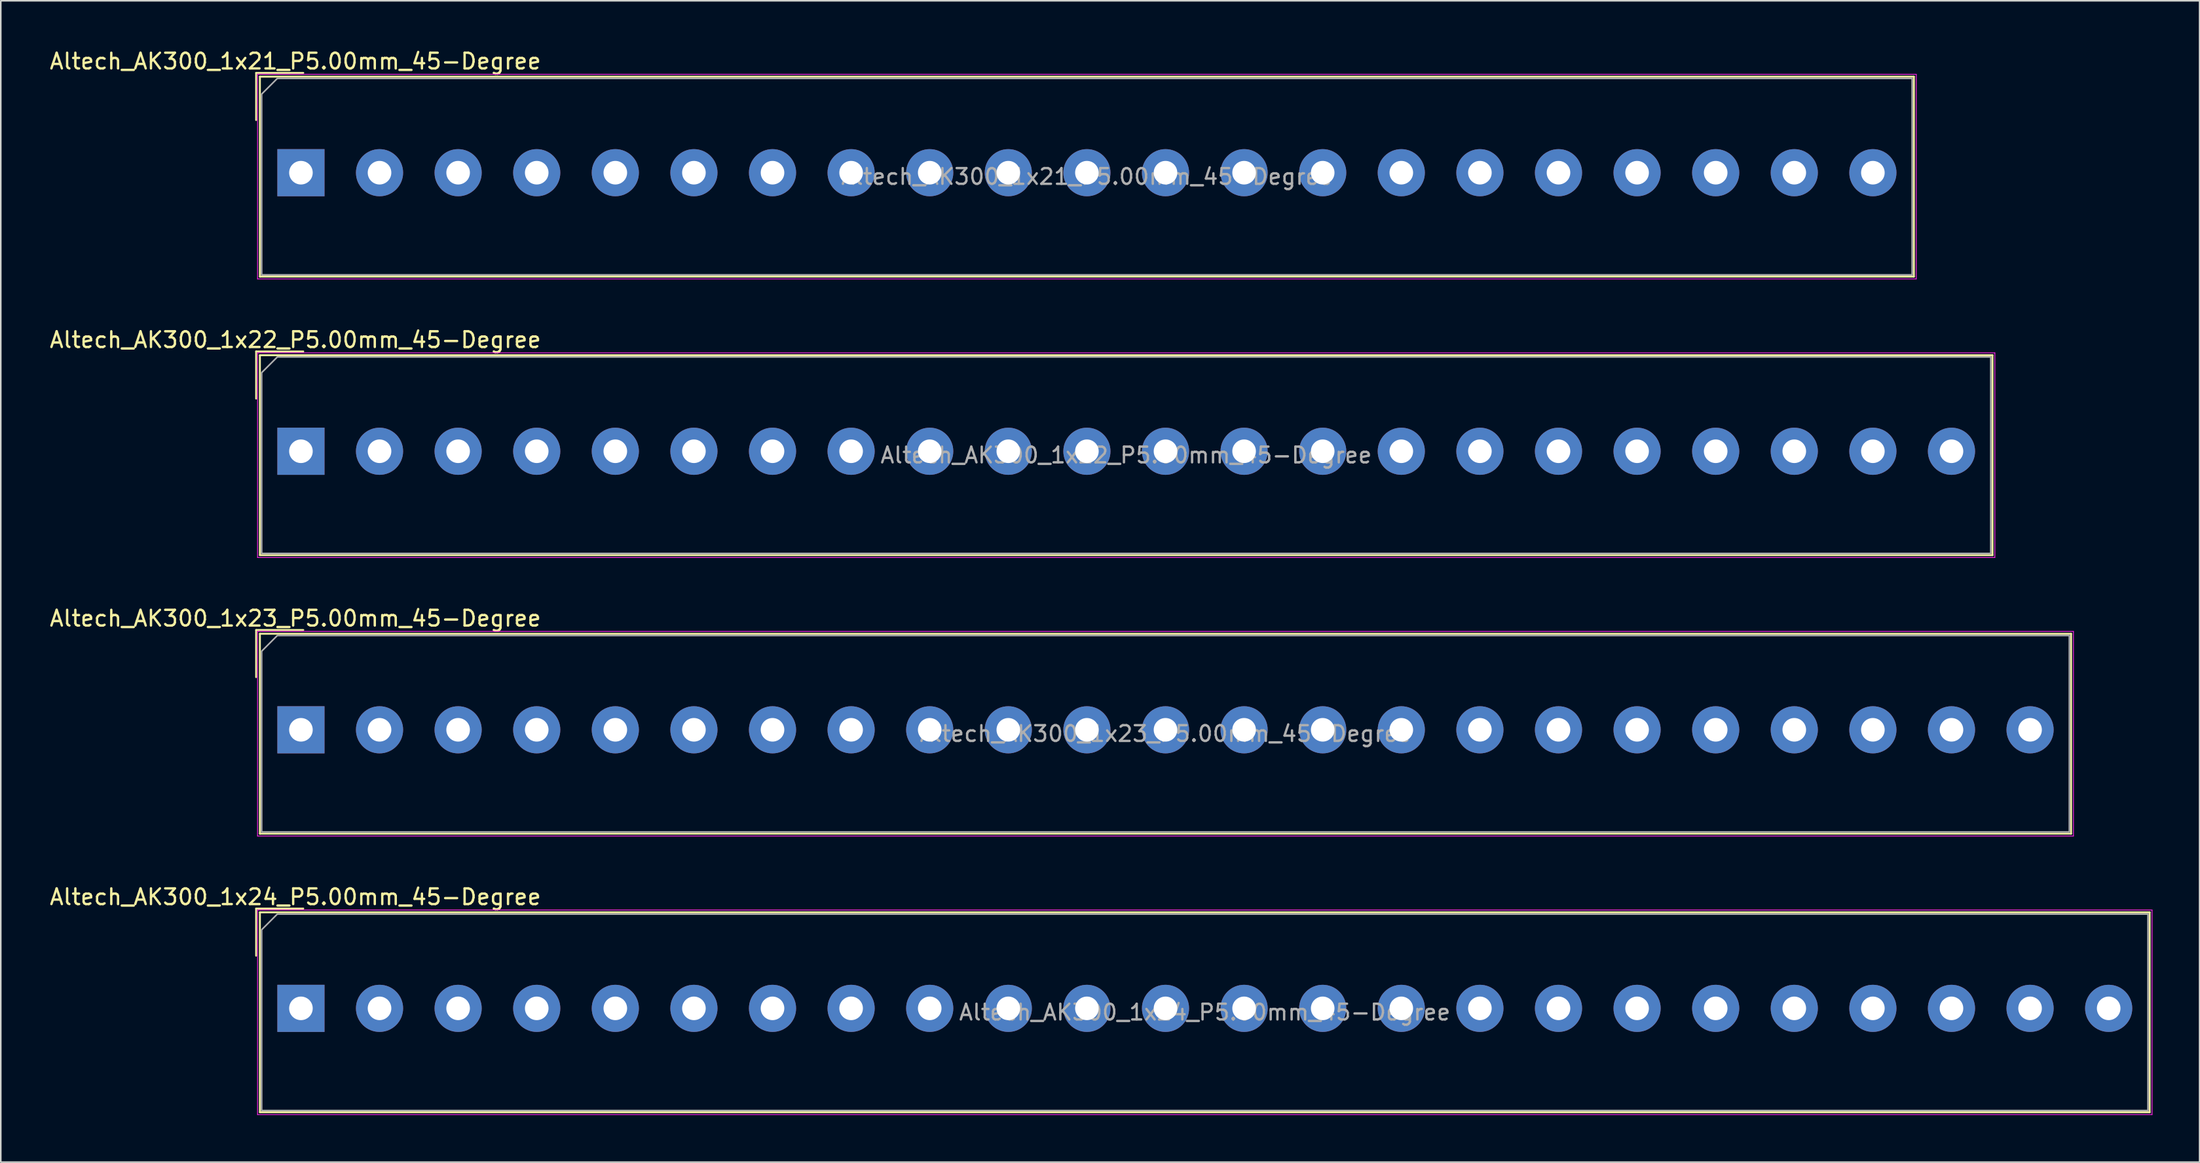
<source format=kicad_pcb>
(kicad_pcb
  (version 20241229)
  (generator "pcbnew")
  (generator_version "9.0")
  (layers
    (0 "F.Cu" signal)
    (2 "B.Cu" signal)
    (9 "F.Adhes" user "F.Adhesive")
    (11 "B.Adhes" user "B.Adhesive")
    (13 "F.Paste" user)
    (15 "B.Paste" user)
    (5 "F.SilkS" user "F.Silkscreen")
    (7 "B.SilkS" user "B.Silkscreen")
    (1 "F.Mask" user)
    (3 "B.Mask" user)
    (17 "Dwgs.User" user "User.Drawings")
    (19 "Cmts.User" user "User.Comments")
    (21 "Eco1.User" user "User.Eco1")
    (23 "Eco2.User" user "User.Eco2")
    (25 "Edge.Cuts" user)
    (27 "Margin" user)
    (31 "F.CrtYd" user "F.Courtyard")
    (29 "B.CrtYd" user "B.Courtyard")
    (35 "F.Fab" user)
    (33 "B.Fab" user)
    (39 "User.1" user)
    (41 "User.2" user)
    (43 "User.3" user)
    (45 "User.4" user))
  (footprint "Altech_AK300_1x23_P5.00mm_45-Degree"
    (layer "F.Cu")
    (at 16.094 43.385)
    (property "Reference" "Altech_AK300_1x23_P5.00mm_45-Degree" (at -0.35 -7.09 0) (layer "F.SilkS") (effects (font (size 1 1) (thickness 0.15))))
    (attr through_hole)
    (fp_line (start -2.85 -6.35) (end 0.15 -6.35) (stroke (width 0.12) (type solid)) (layer "F.SilkS"))
    (fp_line (start -2.85 -3.35) (end -2.85 -6.35) (stroke (width 0.12) (type solid)) (layer "F.SilkS"))
    (fp_line (start -2.61 -6.11) (end -2.61 6.61) (stroke (width 0.12) (type solid)) (layer "F.SilkS"))
    (fp_line (start -2.61 -6.11) (end 112.61 -6.11) (stroke (width 0.12) (type solid)) (layer "F.SilkS"))
    (fp_line (start -2.61 6.61) (end 112.61 6.61) (stroke (width 0.12) (type solid)) (layer "F.SilkS"))
    (fp_line (start 112.61 -6.11) (end 112.61 6.61) (stroke (width 0.12) (type solid)) (layer "F.SilkS"))
    (fp_line (start -2.76 -6.26) (end -2.76 6.76) (stroke (width 0.05) (type solid)) (layer "F.CrtYd"))
    (fp_line (start -2.76 6.76) (end 112.76 6.76) (stroke (width 0.05) (type solid)) (layer "F.CrtYd"))
    (fp_line (start 112.76 -6.26) (end -2.76 -6.26) (stroke (width 0.05) (type solid)) (layer "F.CrtYd"))
    (fp_line (start 112.76 6.76) (end 112.76 -6.26) (stroke (width 0.05) (type solid)) (layer "F.CrtYd"))
    (fp_poly (pts (xy -2.5 -5) (xy -2.5 6.5) (xy 112.5 6.5) (xy 112.5 -6) (xy -1.5 -6)) (stroke (width 0.1) (type solid)) (fill no) (layer "F.Fab"))
    (fp_text user "${REFERENCE}" (at 55 0.25 0) (layer "F.Fab") (effects (font (size 1 1) (thickness 0.15))))
    (pad "1" thru_hole rect (at 0 0) (size 3 3) (drill 1.5) (layers "*.Cu" "*.Mask"))
    (pad "2" thru_hole circle (at 5 0) (size 3 3) (drill 1.5) (layers "*.Cu" "*.Mask"))
    (pad "3" thru_hole circle (at 10 0) (size 3 3) (drill 1.5) (layers "*.Cu" "*.Mask"))
    (pad "4" thru_hole circle (at 15 0) (size 3 3) (drill 1.5) (layers "*.Cu" "*.Mask"))
    (pad "5" thru_hole circle (at 20 0) (size 3 3) (drill 1.5) (layers "*.Cu" "*.Mask"))
    (pad "6" thru_hole circle (at 25 0) (size 3 3) (drill 1.5) (layers "*.Cu" "*.Mask"))
    (pad "7" thru_hole circle (at 30 0) (size 3 3) (drill 1.5) (layers "*.Cu" "*.Mask"))
    (pad "8" thru_hole circle (at 35 0) (size 3 3) (drill 1.5) (layers "*.Cu" "*.Mask"))
    (pad "9" thru_hole circle (at 40 0) (size 3 3) (drill 1.5) (layers "*.Cu" "*.Mask"))
    (pad "10" thru_hole circle (at 45 0) (size 3 3) (drill 1.5) (layers "*.Cu" "*.Mask"))
    (pad "11" thru_hole circle (at 50 0) (size 3 3) (drill 1.5) (layers "*.Cu" "*.Mask"))
    (pad "12" thru_hole circle (at 55 0) (size 3 3) (drill 1.5) (layers "*.Cu" "*.Mask"))
    (pad "13" thru_hole circle (at 60 0) (size 3 3) (drill 1.5) (layers "*.Cu" "*.Mask"))
    (pad "14" thru_hole circle (at 65 0) (size 3 3) (drill 1.5) (layers "*.Cu" "*.Mask"))
    (pad "15" thru_hole circle (at 70 0) (size 3 3) (drill 1.5) (layers "*.Cu" "*.Mask"))
    (pad "16" thru_hole circle (at 75 0) (size 3 3) (drill 1.5) (layers "*.Cu" "*.Mask"))
    (pad "17" thru_hole circle (at 80 0) (size 3 3) (drill 1.5) (layers "*.Cu" "*.Mask"))
    (pad "18" thru_hole circle (at 85 0) (size 3 3) (drill 1.5) (layers "*.Cu" "*.Mask"))
    (pad "19" thru_hole circle (at 90 0) (size 3 3) (drill 1.5) (layers "*.Cu" "*.Mask"))
    (pad "20" thru_hole circle (at 95 0) (size 3 3) (drill 1.5) (layers "*.Cu" "*.Mask"))
    (pad "21" thru_hole circle (at 100 0) (size 3 3) (drill 1.5) (layers "*.Cu" "*.Mask"))
    (pad "22" thru_hole circle (at 105 0) (size 3 3) (drill 1.5) (layers "*.Cu" "*.Mask"))
    (pad "23" thru_hole circle (at 110 0) (size 3 3) (drill 1.5) (layers "*.Cu" "*.Mask")))
  (footprint "Altech_AK300_1x21_P5.00mm_45-Degree"
    (layer "F.Cu")
    (at 16.094 7.938)
    (property "Reference" "Altech_AK300_1x21_P5.00mm_45-Degree" (at -0.35 -7.09 0) (layer "F.SilkS") (effects (font (size 1 1) (thickness 0.15))))
    (attr through_hole)
    (fp_line (start -2.85 -6.35) (end 0.15 -6.35) (stroke (width 0.12) (type solid)) (layer "F.SilkS"))
    (fp_line (start -2.85 -3.35) (end -2.85 -6.35) (stroke (width 0.12) (type solid)) (layer "F.SilkS"))
    (fp_line (start -2.61 -6.11) (end -2.61 6.61) (stroke (width 0.12) (type solid)) (layer "F.SilkS"))
    (fp_line (start -2.61 -6.11) (end 102.61 -6.11) (stroke (width 0.12) (type solid)) (layer "F.SilkS"))
    (fp_line (start -2.61 6.61) (end 102.61 6.61) (stroke (width 0.12) (type solid)) (layer "F.SilkS"))
    (fp_line (start 102.61 -6.11) (end 102.61 6.61) (stroke (width 0.12) (type solid)) (layer "F.SilkS"))
    (fp_line (start -2.76 -6.26) (end -2.76 6.76) (stroke (width 0.05) (type solid)) (layer "F.CrtYd"))
    (fp_line (start -2.76 6.76) (end 102.76 6.76) (stroke (width 0.05) (type solid)) (layer "F.CrtYd"))
    (fp_line (start 102.76 -6.26) (end -2.76 -6.26) (stroke (width 0.05) (type solid)) (layer "F.CrtYd"))
    (fp_line (start 102.76 6.76) (end 102.76 -6.26) (stroke (width 0.05) (type solid)) (layer "F.CrtYd"))
    (fp_poly (pts (xy -2.5 -5) (xy -2.5 6.5) (xy 102.5 6.5) (xy 102.5 -6) (xy -1.5 -6)) (stroke (width 0.1) (type solid)) (fill no) (layer "F.Fab"))
    (fp_text user "${REFERENCE}" (at 50 0.25 0) (layer "F.Fab") (effects (font (size 1 1) (thickness 0.15))))
    (pad "1" thru_hole rect (at 0 0) (size 3 3) (drill 1.5) (layers "*.Cu" "*.Mask"))
    (pad "2" thru_hole circle (at 5 0) (size 3 3) (drill 1.5) (layers "*.Cu" "*.Mask"))
    (pad "3" thru_hole circle (at 10 0) (size 3 3) (drill 1.5) (layers "*.Cu" "*.Mask"))
    (pad "4" thru_hole circle (at 15 0) (size 3 3) (drill 1.5) (layers "*.Cu" "*.Mask"))
    (pad "5" thru_hole circle (at 20 0) (size 3 3) (drill 1.5) (layers "*.Cu" "*.Mask"))
    (pad "6" thru_hole circle (at 25 0) (size 3 3) (drill 1.5) (layers "*.Cu" "*.Mask"))
    (pad "7" thru_hole circle (at 30 0) (size 3 3) (drill 1.5) (layers "*.Cu" "*.Mask"))
    (pad "8" thru_hole circle (at 35 0) (size 3 3) (drill 1.5) (layers "*.Cu" "*.Mask"))
    (pad "9" thru_hole circle (at 40 0) (size 3 3) (drill 1.5) (layers "*.Cu" "*.Mask"))
    (pad "10" thru_hole circle (at 45 0) (size 3 3) (drill 1.5) (layers "*.Cu" "*.Mask"))
    (pad "11" thru_hole circle (at 50 0) (size 3 3) (drill 1.5) (layers "*.Cu" "*.Mask"))
    (pad "12" thru_hole circle (at 55 0) (size 3 3) (drill 1.5) (layers "*.Cu" "*.Mask"))
    (pad "13" thru_hole circle (at 60 0) (size 3 3) (drill 1.5) (layers "*.Cu" "*.Mask"))
    (pad "14" thru_hole circle (at 65 0) (size 3 3) (drill 1.5) (layers "*.Cu" "*.Mask"))
    (pad "15" thru_hole circle (at 70 0) (size 3 3) (drill 1.5) (layers "*.Cu" "*.Mask"))
    (pad "16" thru_hole circle (at 75 0) (size 3 3) (drill 1.5) (layers "*.Cu" "*.Mask"))
    (pad "17" thru_hole circle (at 80 0) (size 3 3) (drill 1.5) (layers "*.Cu" "*.Mask"))
    (pad "18" thru_hole circle (at 85 0) (size 3 3) (drill 1.5) (layers "*.Cu" "*.Mask"))
    (pad "19" thru_hole circle (at 90 0) (size 3 3) (drill 1.5) (layers "*.Cu" "*.Mask"))
    (pad "20" thru_hole circle (at 95 0) (size 3 3) (drill 1.5) (layers "*.Cu" "*.Mask"))
    (pad "21" thru_hole circle (at 100 0) (size 3 3) (drill 1.5) (layers "*.Cu" "*.Mask")))
  (footprint "Altech_AK300_1x24_P5.00mm_45-Degree"
    (layer "F.Cu")
    (at 16.094 61.108)
    (property "Reference" "Altech_AK300_1x24_P5.00mm_45-Degree" (at -0.35 -7.09 0) (layer "F.SilkS") (effects (font (size 1 1) (thickness 0.15))))
    (attr through_hole)
    (fp_line (start -2.85 -6.35) (end 0.15 -6.35) (stroke (width 0.12) (type solid)) (layer "F.SilkS"))
    (fp_line (start -2.85 -3.35) (end -2.85 -6.35) (stroke (width 0.12) (type solid)) (layer "F.SilkS"))
    (fp_line (start -2.61 -6.11) (end -2.61 6.61) (stroke (width 0.12) (type solid)) (layer "F.SilkS"))
    (fp_line (start -2.61 -6.11) (end 117.61 -6.11) (stroke (width 0.12) (type solid)) (layer "F.SilkS"))
    (fp_line (start -2.61 6.61) (end 117.61 6.61) (stroke (width 0.12) (type solid)) (layer "F.SilkS"))
    (fp_line (start 117.61 -6.11) (end 117.61 6.61) (stroke (width 0.12) (type solid)) (layer "F.SilkS"))
    (fp_line (start -2.76 -6.26) (end -2.76 6.76) (stroke (width 0.05) (type solid)) (layer "F.CrtYd"))
    (fp_line (start -2.76 6.76) (end 117.76 6.76) (stroke (width 0.05) (type solid)) (layer "F.CrtYd"))
    (fp_line (start 117.76 -6.26) (end -2.76 -6.26) (stroke (width 0.05) (type solid)) (layer "F.CrtYd"))
    (fp_line (start 117.76 6.76) (end 117.76 -6.26) (stroke (width 0.05) (type solid)) (layer "F.CrtYd"))
    (fp_poly (pts (xy -2.5 -5) (xy -2.5 6.5) (xy 117.5 6.5) (xy 117.5 -6) (xy -1.5 -6)) (stroke (width 0.1) (type solid)) (fill no) (layer "F.Fab"))
    (fp_text user "${REFERENCE}" (at 57.5 0.25 0) (layer "F.Fab") (effects (font (size 1 1) (thickness 0.15))))
    (pad "1" thru_hole rect (at 0 0) (size 3 3) (drill 1.5) (layers "*.Cu" "*.Mask"))
    (pad "2" thru_hole circle (at 5 0) (size 3 3) (drill 1.5) (layers "*.Cu" "*.Mask"))
    (pad "3" thru_hole circle (at 10 0) (size 3 3) (drill 1.5) (layers "*.Cu" "*.Mask"))
    (pad "4" thru_hole circle (at 15 0) (size 3 3) (drill 1.5) (layers "*.Cu" "*.Mask"))
    (pad "5" thru_hole circle (at 20 0) (size 3 3) (drill 1.5) (layers "*.Cu" "*.Mask"))
    (pad "6" thru_hole circle (at 25 0) (size 3 3) (drill 1.5) (layers "*.Cu" "*.Mask"))
    (pad "7" thru_hole circle (at 30 0) (size 3 3) (drill 1.5) (layers "*.Cu" "*.Mask"))
    (pad "8" thru_hole circle (at 35 0) (size 3 3) (drill 1.5) (layers "*.Cu" "*.Mask"))
    (pad "9" thru_hole circle (at 40 0) (size 3 3) (drill 1.5) (layers "*.Cu" "*.Mask"))
    (pad "10" thru_hole circle (at 45 0) (size 3 3) (drill 1.5) (layers "*.Cu" "*.Mask"))
    (pad "11" thru_hole circle (at 50 0) (size 3 3) (drill 1.5) (layers "*.Cu" "*.Mask"))
    (pad "12" thru_hole circle (at 55 0) (size 3 3) (drill 1.5) (layers "*.Cu" "*.Mask"))
    (pad "13" thru_hole circle (at 60 0) (size 3 3) (drill 1.5) (layers "*.Cu" "*.Mask"))
    (pad "14" thru_hole circle (at 65 0) (size 3 3) (drill 1.5) (layers "*.Cu" "*.Mask"))
    (pad "15" thru_hole circle (at 70 0) (size 3 3) (drill 1.5) (layers "*.Cu" "*.Mask"))
    (pad "16" thru_hole circle (at 75 0) (size 3 3) (drill 1.5) (layers "*.Cu" "*.Mask"))
    (pad "17" thru_hole circle (at 80 0) (size 3 3) (drill 1.5) (layers "*.Cu" "*.Mask"))
    (pad "18" thru_hole circle (at 85 0) (size 3 3) (drill 1.5) (layers "*.Cu" "*.Mask"))
    (pad "19" thru_hole circle (at 90 0) (size 3 3) (drill 1.5) (layers "*.Cu" "*.Mask"))
    (pad "20" thru_hole circle (at 95 0) (size 3 3) (drill 1.5) (layers "*.Cu" "*.Mask"))
    (pad "21" thru_hole circle (at 100 0) (size 3 3) (drill 1.5) (layers "*.Cu" "*.Mask"))
    (pad "22" thru_hole circle (at 105 0) (size 3 3) (drill 1.5) (layers "*.Cu" "*.Mask"))
    (pad "23" thru_hole circle (at 110 0) (size 3 3) (drill 1.5) (layers "*.Cu" "*.Mask"))
    (pad "24" thru_hole circle (at 115 0) (size 3 3) (drill 1.5) (layers "*.Cu" "*.Mask")))
  (footprint "Altech_AK300_1x22_P5.00mm_45-Degree"
    (layer "F.Cu")
    (at 16.094 25.662)
    (property "Reference" "Altech_AK300_1x22_P5.00mm_45-Degree" (at -0.35 -7.09 0) (layer "F.SilkS") (effects (font (size 1 1) (thickness 0.15))))
    (attr through_hole)
    (fp_line (start -2.85 -6.35) (end 0.15 -6.35) (stroke (width 0.12) (type solid)) (layer "F.SilkS"))
    (fp_line (start -2.85 -3.35) (end -2.85 -6.35) (stroke (width 0.12) (type solid)) (layer "F.SilkS"))
    (fp_line (start -2.61 -6.11) (end -2.61 6.61) (stroke (width 0.12) (type solid)) (layer "F.SilkS"))
    (fp_line (start -2.61 -6.11) (end 107.61 -6.11) (stroke (width 0.12) (type solid)) (layer "F.SilkS"))
    (fp_line (start -2.61 6.61) (end 107.61 6.61) (stroke (width 0.12) (type solid)) (layer "F.SilkS"))
    (fp_line (start 107.61 -6.11) (end 107.61 6.61) (stroke (width 0.12) (type solid)) (layer "F.SilkS"))
    (fp_line (start -2.76 -6.26) (end -2.76 6.76) (stroke (width 0.05) (type solid)) (layer "F.CrtYd"))
    (fp_line (start -2.76 6.76) (end 107.76 6.76) (stroke (width 0.05) (type solid)) (layer "F.CrtYd"))
    (fp_line (start 107.76 -6.26) (end -2.76 -6.26) (stroke (width 0.05) (type solid)) (layer "F.CrtYd"))
    (fp_line (start 107.76 6.76) (end 107.76 -6.26) (stroke (width 0.05) (type solid)) (layer "F.CrtYd"))
    (fp_poly (pts (xy -2.5 -5) (xy -2.5 6.5) (xy 107.5 6.5) (xy 107.5 -6) (xy -1.5 -6)) (stroke (width 0.1) (type solid)) (fill no) (layer "F.Fab"))
    (fp_text user "${REFERENCE}" (at 52.5 0.25 0) (layer "F.Fab") (effects (font (size 1 1) (thickness 0.15))))
    (pad "1" thru_hole rect (at 0 0) (size 3 3) (drill 1.5) (layers "*.Cu" "*.Mask"))
    (pad "2" thru_hole circle (at 5 0) (size 3 3) (drill 1.5) (layers "*.Cu" "*.Mask"))
    (pad "3" thru_hole circle (at 10 0) (size 3 3) (drill 1.5) (layers "*.Cu" "*.Mask"))
    (pad "4" thru_hole circle (at 15 0) (size 3 3) (drill 1.5) (layers "*.Cu" "*.Mask"))
    (pad "5" thru_hole circle (at 20 0) (size 3 3) (drill 1.5) (layers "*.Cu" "*.Mask"))
    (pad "6" thru_hole circle (at 25 0) (size 3 3) (drill 1.5) (layers "*.Cu" "*.Mask"))
    (pad "7" thru_hole circle (at 30 0) (size 3 3) (drill 1.5) (layers "*.Cu" "*.Mask"))
    (pad "8" thru_hole circle (at 35 0) (size 3 3) (drill 1.5) (layers "*.Cu" "*.Mask"))
    (pad "9" thru_hole circle (at 40 0) (size 3 3) (drill 1.5) (layers "*.Cu" "*.Mask"))
    (pad "10" thru_hole circle (at 45 0) (size 3 3) (drill 1.5) (layers "*.Cu" "*.Mask"))
    (pad "11" thru_hole circle (at 50 0) (size 3 3) (drill 1.5) (layers "*.Cu" "*.Mask"))
    (pad "12" thru_hole circle (at 55 0) (size 3 3) (drill 1.5) (layers "*.Cu" "*.Mask"))
    (pad "13" thru_hole circle (at 60 0) (size 3 3) (drill 1.5) (layers "*.Cu" "*.Mask"))
    (pad "14" thru_hole circle (at 65 0) (size 3 3) (drill 1.5) (layers "*.Cu" "*.Mask"))
    (pad "15" thru_hole circle (at 70 0) (size 3 3) (drill 1.5) (layers "*.Cu" "*.Mask"))
    (pad "16" thru_hole circle (at 75 0) (size 3 3) (drill 1.5) (layers "*.Cu" "*.Mask"))
    (pad "17" thru_hole circle (at 80 0) (size 3 3) (drill 1.5) (layers "*.Cu" "*.Mask"))
    (pad "18" thru_hole circle (at 85 0) (size 3 3) (drill 1.5) (layers "*.Cu" "*.Mask"))
    (pad "19" thru_hole circle (at 90 0) (size 3 3) (drill 1.5) (layers "*.Cu" "*.Mask"))
    (pad "20" thru_hole circle (at 95 0) (size 3 3) (drill 1.5) (layers "*.Cu" "*.Mask"))
    (pad "21" thru_hole circle (at 100 0) (size 3 3) (drill 1.5) (layers "*.Cu" "*.Mask"))
    (pad "22" thru_hole circle (at 105 0) (size 3 3) (drill 1.5) (layers "*.Cu" "*.Mask")))
  (gr_rect
    (start -3 -3)
    (end 136.879 70.893)
    (stroke (width 0.1) (type default))
    (fill no)
    (layer "Edge.Cuts")))
</source>
